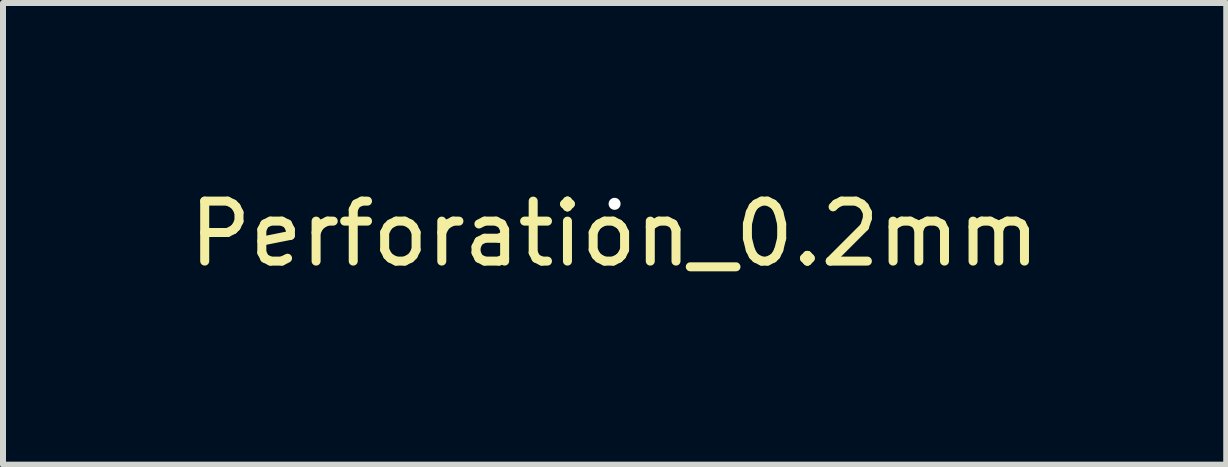
<source format=kicad_pcb>
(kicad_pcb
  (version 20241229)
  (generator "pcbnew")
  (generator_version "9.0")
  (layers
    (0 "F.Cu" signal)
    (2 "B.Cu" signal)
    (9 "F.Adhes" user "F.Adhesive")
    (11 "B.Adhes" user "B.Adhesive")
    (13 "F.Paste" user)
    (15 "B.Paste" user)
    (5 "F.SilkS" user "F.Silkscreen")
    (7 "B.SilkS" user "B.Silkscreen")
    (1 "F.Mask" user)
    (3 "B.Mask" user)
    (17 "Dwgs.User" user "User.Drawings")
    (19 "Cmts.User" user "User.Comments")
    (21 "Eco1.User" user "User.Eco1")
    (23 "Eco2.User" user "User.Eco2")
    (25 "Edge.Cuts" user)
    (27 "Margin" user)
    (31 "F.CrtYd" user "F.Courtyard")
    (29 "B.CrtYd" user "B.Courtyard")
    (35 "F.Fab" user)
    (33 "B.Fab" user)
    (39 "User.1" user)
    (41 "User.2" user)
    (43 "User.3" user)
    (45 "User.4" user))
  (footprint "Perforation_0.2mm"
    (layer "F.Cu")
    (at 7.196 0.348)
    (property "Reference" "Perforation_0.2mm" (at 0 0.5 0) (layer "F.SilkS") (effects (font (size 1 1) (thickness 0.15))))
    (attr through_hole)
    (pad "" np_thru_hole circle (at 0 0 180) (size 0.2 0.2) (drill 0.2) (layers "*.Cu")))
  (gr_rect
    (start -3 -3)
    (end 17.393 4.697)
    (stroke (width 0.1) (type default))
    (fill no)
    (layer "Edge.Cuts")))
</source>
